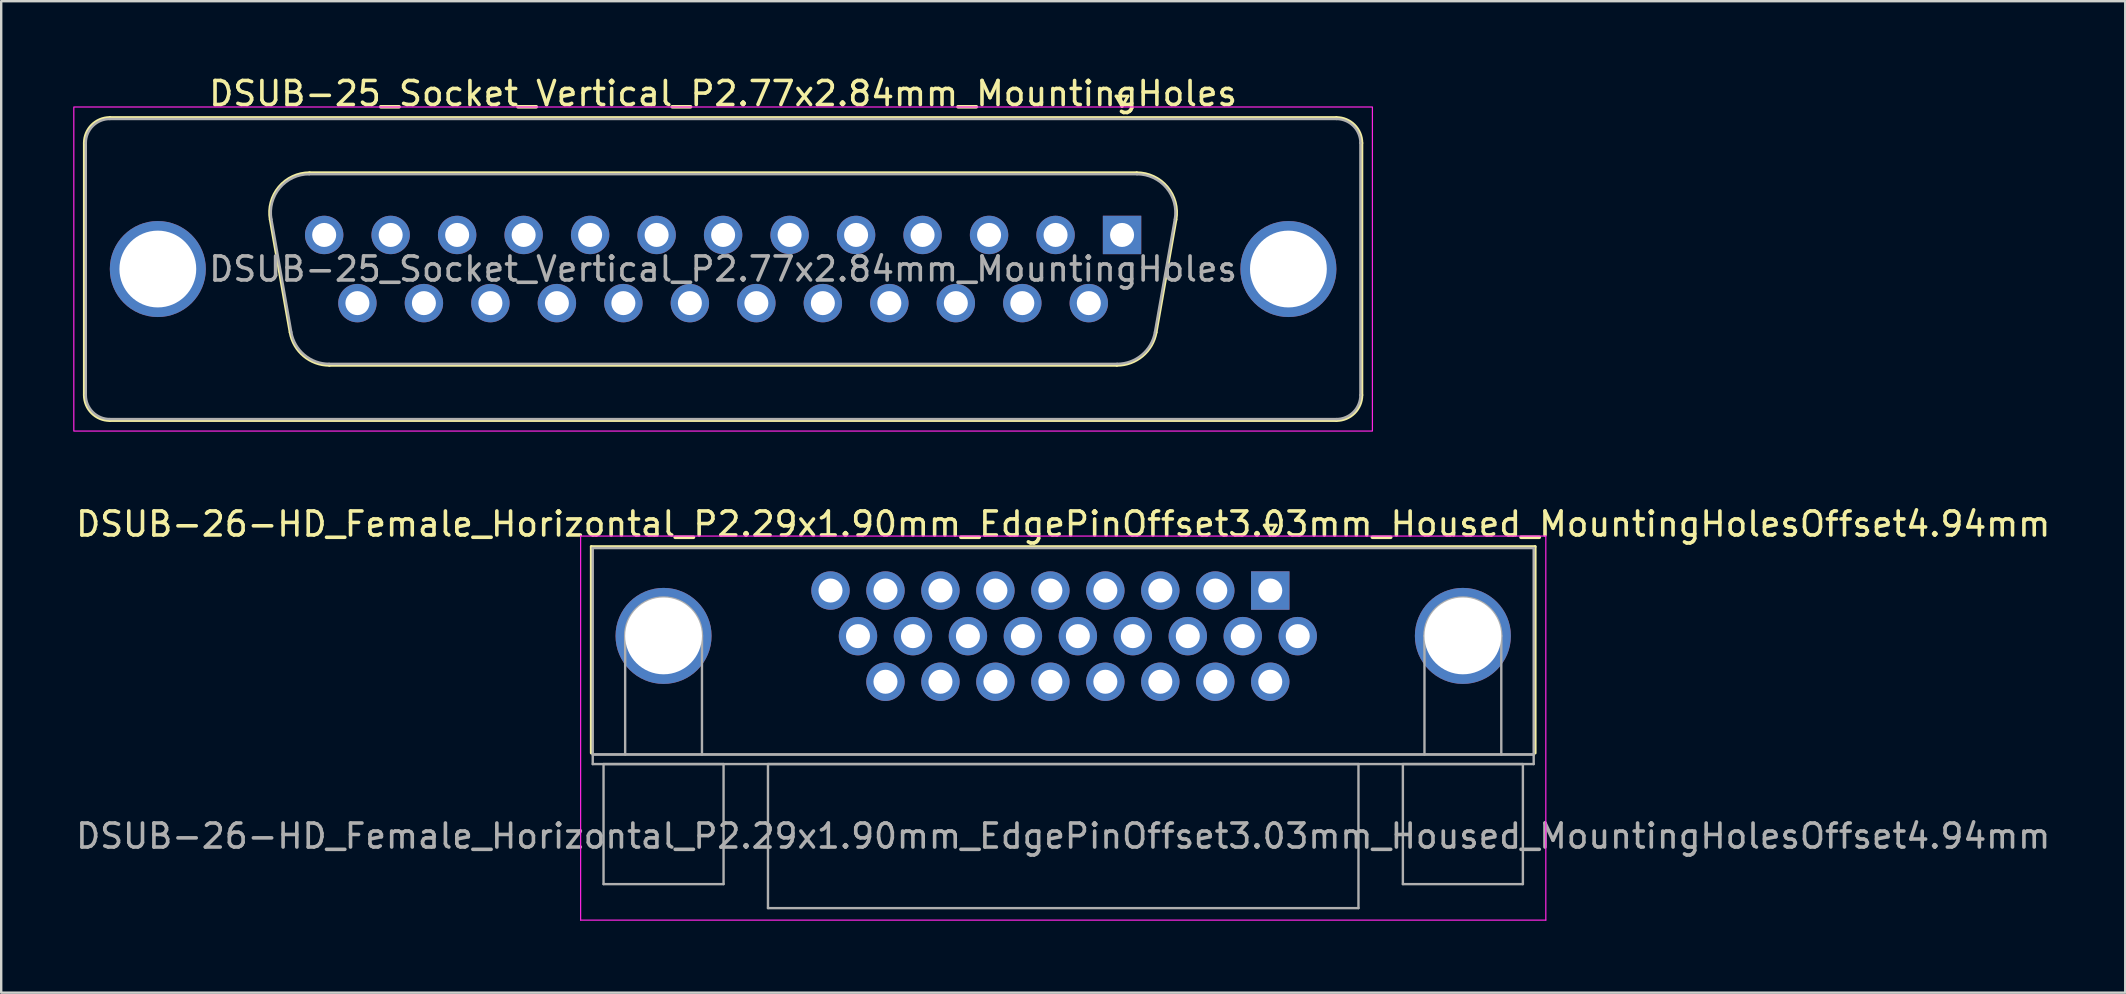
<source format=kicad_pcb>
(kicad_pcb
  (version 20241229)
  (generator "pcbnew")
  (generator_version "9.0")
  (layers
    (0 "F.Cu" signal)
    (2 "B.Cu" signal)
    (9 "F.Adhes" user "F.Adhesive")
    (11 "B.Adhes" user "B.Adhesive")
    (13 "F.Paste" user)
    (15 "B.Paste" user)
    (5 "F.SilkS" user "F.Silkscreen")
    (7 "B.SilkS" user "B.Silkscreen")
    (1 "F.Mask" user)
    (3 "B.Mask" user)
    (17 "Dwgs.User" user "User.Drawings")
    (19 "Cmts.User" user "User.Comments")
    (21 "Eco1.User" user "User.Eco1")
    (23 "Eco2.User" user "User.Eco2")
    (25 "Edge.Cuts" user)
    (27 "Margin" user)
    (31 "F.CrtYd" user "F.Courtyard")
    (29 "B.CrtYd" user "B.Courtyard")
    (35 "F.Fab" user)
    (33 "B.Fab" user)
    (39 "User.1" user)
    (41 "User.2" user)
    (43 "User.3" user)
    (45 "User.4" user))
  (footprint "DSUB-26-HD_Female_Horizontal_P2.29x1.90mm_EdgePinOffset3.03mm_Housed_MountingHolesOffset4.94mm"
    (layer "F.Cu")
    (at 49.869 21.552)
    (property "Reference" "DSUB-26-HD_Female_Horizontal_P2.29x1.90mm_EdgePinOffset3.03mm_Housed_MountingHolesOffset4.94mm" (at -8.625 -2.77 0) (layer "F.SilkS") (effects (font (size 1 1) (thickness 0.15))))
    (attr through_hole)
    (fp_line (start -28.285 -1.83) (end 11.035 -1.83) (stroke (width 0.12) (type solid)) (layer "F.SilkS"))
    (fp_line (start -28.285 6.77) (end -28.285 -1.83) (stroke (width 0.12) (type solid)) (layer "F.SilkS"))
    (fp_line (start -0.25 -2.724) (end 0.25 -2.724) (stroke (width 0.12) (type solid)) (layer "F.SilkS"))
    (fp_line (start 0 -2.291) (end -0.25 -2.724) (stroke (width 0.12) (type solid)) (layer "F.SilkS"))
    (fp_line (start 0.25 -2.724) (end 0 -2.291) (stroke (width 0.12) (type solid)) (layer "F.SilkS"))
    (fp_line (start 11.035 -1.83) (end 11.035 6.77) (stroke (width 0.12) (type solid)) (layer "F.SilkS"))
    (fp_line (start -28.73 -2.27) (end -28.73 13.73) (stroke (width 0.05) (type solid)) (layer "F.CrtYd"))
    (fp_line (start -28.73 13.73) (end 11.48 13.73) (stroke (width 0.05) (type solid)) (layer "F.CrtYd"))
    (fp_line (start 11.48 -2.27) (end -28.73 -2.27) (stroke (width 0.05) (type solid)) (layer "F.CrtYd"))
    (fp_line (start 11.48 13.73) (end 11.48 -2.27) (stroke (width 0.05) (type solid)) (layer "F.CrtYd"))
    (fp_line (start -28.225 -1.77) (end -28.225 6.83) (stroke (width 0.1) (type solid)) (layer "F.Fab"))
    (fp_line (start -28.225 6.83) (end -28.225 7.23) (stroke (width 0.1) (type solid)) (layer "F.Fab"))
    (fp_line (start -28.225 6.83) (end 10.975 6.83) (stroke (width 0.1) (type solid)) (layer "F.Fab"))
    (fp_line (start -28.225 7.23) (end 10.975 7.23) (stroke (width 0.1) (type solid)) (layer "F.Fab"))
    (fp_line (start -27.775 7.23) (end -27.775 12.23) (stroke (width 0.1) (type solid)) (layer "F.Fab"))
    (fp_line (start -27.775 12.23) (end -22.775 12.23) (stroke (width 0.1) (type solid)) (layer "F.Fab"))
    (fp_line (start -26.875 6.83) (end -26.875 1.89) (stroke (width 0.1) (type solid)) (layer "F.Fab"))
    (fp_line (start -23.675 6.83) (end -23.675 1.89) (stroke (width 0.1) (type solid)) (layer "F.Fab"))
    (fp_line (start -22.775 7.23) (end -27.775 7.23) (stroke (width 0.1) (type solid)) (layer "F.Fab"))
    (fp_line (start -22.775 12.23) (end -22.775 7.23) (stroke (width 0.1) (type solid)) (layer "F.Fab"))
    (fp_line (start -20.925 7.23) (end -20.925 13.23) (stroke (width 0.1) (type solid)) (layer "F.Fab"))
    (fp_line (start -20.925 13.23) (end 3.675 13.23) (stroke (width 0.1) (type solid)) (layer "F.Fab"))
    (fp_line (start 3.675 7.23) (end -20.925 7.23) (stroke (width 0.1) (type solid)) (layer "F.Fab"))
    (fp_line (start 3.675 13.23) (end 3.675 7.23) (stroke (width 0.1) (type solid)) (layer "F.Fab"))
    (fp_line (start 5.525 7.23) (end 5.525 12.23) (stroke (width 0.1) (type solid)) (layer "F.Fab"))
    (fp_line (start 5.525 12.23) (end 10.525 12.23) (stroke (width 0.1) (type solid)) (layer "F.Fab"))
    (fp_line (start 6.425 6.83) (end 6.425 1.89) (stroke (width 0.1) (type solid)) (layer "F.Fab"))
    (fp_line (start 9.625 6.83) (end 9.625 1.89) (stroke (width 0.1) (type solid)) (layer "F.Fab"))
    (fp_line (start 10.525 7.23) (end 5.525 7.23) (stroke (width 0.1) (type solid)) (layer "F.Fab"))
    (fp_line (start 10.525 12.23) (end 10.525 7.23) (stroke (width 0.1) (type solid)) (layer "F.Fab"))
    (fp_line (start 10.975 -1.77) (end -28.225 -1.77) (stroke (width 0.1) (type solid)) (layer "F.Fab"))
    (fp_line (start 10.975 6.83) (end -28.225 6.83) (stroke (width 0.1) (type solid)) (layer "F.Fab"))
    (fp_line (start 10.975 6.83) (end 10.975 -1.77) (stroke (width 0.1) (type solid)) (layer "F.Fab"))
    (fp_line (start 10.975 7.23) (end 10.975 6.83) (stroke (width 0.1) (type solid)) (layer "F.Fab"))
    (fp_arc (start -26.875 1.89) (mid -25.275 0.29) (end -23.675 1.89) (stroke (width 0.1) (type solid)) (layer "F.Fab"))
    (fp_arc (start 6.425 1.89) (mid 8.025 0.29) (end 9.625 1.89) (stroke (width 0.1) (type solid)) (layer "F.Fab"))
    (fp_text user "${REFERENCE}" (at -8.625 10.23 0) (layer "F.Fab") (effects (font (size 1 1) (thickness 0.15))))
    (pad "0" thru_hole circle (at -25.275 1.89) (size 4 4) (drill 3.2) (layers "*.Cu" "*.Mask"))
    (pad "0" thru_hole circle (at 8.025 1.89) (size 4 4) (drill 3.2) (layers "*.Cu" "*.Mask"))
    (pad "1" thru_hole rect (at 0 0) (size 1.6 1.6) (drill 1) (layers "*.Cu" "*.Mask"))
    (pad "2" thru_hole circle (at -2.29 0) (size 1.6 1.6) (drill 1) (layers "*.Cu" "*.Mask"))
    (pad "3" thru_hole circle (at -4.58 0) (size 1.6 1.6) (drill 1) (layers "*.Cu" "*.Mask"))
    (pad "4" thru_hole circle (at -6.87 0) (size 1.6 1.6) (drill 1) (layers "*.Cu" "*.Mask"))
    (pad "5" thru_hole circle (at -9.16 0) (size 1.6 1.6) (drill 1) (layers "*.Cu" "*.Mask"))
    (pad "6" thru_hole circle (at -11.45 0) (size 1.6 1.6) (drill 1) (layers "*.Cu" "*.Mask"))
    (pad "7" thru_hole circle (at -13.74 0) (size 1.6 1.6) (drill 1) (layers "*.Cu" "*.Mask"))
    (pad "8" thru_hole circle (at -16.03 0) (size 1.6 1.6) (drill 1) (layers "*.Cu" "*.Mask"))
    (pad "9" thru_hole circle (at -18.32 0) (size 1.6 1.6) (drill 1) (layers "*.Cu" "*.Mask"))
    (pad "10" thru_hole circle (at 1.145 1.9) (size 1.6 1.6) (drill 1) (layers "*.Cu" "*.Mask"))
    (pad "11" thru_hole circle (at -1.145 1.9) (size 1.6 1.6) (drill 1) (layers "*.Cu" "*.Mask"))
    (pad "12" thru_hole circle (at -3.435 1.9) (size 1.6 1.6) (drill 1) (layers "*.Cu" "*.Mask"))
    (pad "13" thru_hole circle (at -5.725 1.9) (size 1.6 1.6) (drill 1) (layers "*.Cu" "*.Mask"))
    (pad "14" thru_hole circle (at -8.015 1.9) (size 1.6 1.6) (drill 1) (layers "*.Cu" "*.Mask"))
    (pad "15" thru_hole circle (at -10.305 1.9) (size 1.6 1.6) (drill 1) (layers "*.Cu" "*.Mask"))
    (pad "16" thru_hole circle (at -12.595 1.9) (size 1.6 1.6) (drill 1) (layers "*.Cu" "*.Mask"))
    (pad "17" thru_hole circle (at -14.885 1.9) (size 1.6 1.6) (drill 1) (layers "*.Cu" "*.Mask"))
    (pad "18" thru_hole circle (at -17.175 1.9) (size 1.6 1.6) (drill 1) (layers "*.Cu" "*.Mask"))
    (pad "19" thru_hole circle (at 0 3.8) (size 1.6 1.6) (drill 1) (layers "*.Cu" "*.Mask"))
    (pad "20" thru_hole circle (at -2.29 3.8) (size 1.6 1.6) (drill 1) (layers "*.Cu" "*.Mask"))
    (pad "21" thru_hole circle (at -4.58 3.8) (size 1.6 1.6) (drill 1) (layers "*.Cu" "*.Mask"))
    (pad "22" thru_hole circle (at -6.87 3.8) (size 1.6 1.6) (drill 1) (layers "*.Cu" "*.Mask"))
    (pad "23" thru_hole circle (at -9.16 3.8) (size 1.6 1.6) (drill 1) (layers "*.Cu" "*.Mask"))
    (pad "24" thru_hole circle (at -11.45 3.8) (size 1.6 1.6) (drill 1) (layers "*.Cu" "*.Mask"))
    (pad "25" thru_hole circle (at -13.74 3.8) (size 1.6 1.6) (drill 1) (layers "*.Cu" "*.Mask"))
    (pad "26" thru_hole circle (at -16.03 3.8) (size 1.6 1.6) (drill 1) (layers "*.Cu" "*.Mask")))
  (footprint "DSUB-25_Socket_Vertical_P2.77x2.84mm_MountingHoles"
    (layer "F.Cu")
    (at 43.695 6.738)
    (property "Reference" "DSUB-25_Socket_Vertical_P2.77x2.84mm_MountingHoles" (at -16.62 -5.89 0) (layer "F.SilkS") (effects (font (size 1 1) (thickness 0.15))))
    (attr through_hole)
    (fp_line (start -43.23 6.67) (end -43.23 -3.83) (stroke (width 0.12) (type solid)) (layer "F.SilkS"))
    (fp_line (start -42.17 -4.89) (end 8.93 -4.89) (stroke (width 0.12) (type solid)) (layer "F.SilkS"))
    (fp_line (start -34.658 4.058) (end -35.486 -0.642) (stroke (width 0.12) (type solid)) (layer "F.SilkS"))
    (fp_line (start -33.852 -2.59) (end 0.612 -2.59) (stroke (width 0.12) (type solid)) (layer "F.SilkS"))
    (fp_line (start -0.25 -5.784) (end 0.25 -5.784) (stroke (width 0.12) (type solid)) (layer "F.SilkS"))
    (fp_line (start -0.217 5.43) (end -33.023 5.43) (stroke (width 0.12) (type solid)) (layer "F.SilkS"))
    (fp_line (start 0 -5.351) (end -0.25 -5.784) (stroke (width 0.12) (type solid)) (layer "F.SilkS"))
    (fp_line (start 0.25 -5.784) (end 0 -5.351) (stroke (width 0.12) (type solid)) (layer "F.SilkS"))
    (fp_line (start 2.246 -0.642) (end 1.418 4.058) (stroke (width 0.12) (type solid)) (layer "F.SilkS"))
    (fp_line (start 8.93 7.73) (end -42.17 7.73) (stroke (width 0.12) (type solid)) (layer "F.SilkS"))
    (fp_line (start 9.99 -3.83) (end 9.99 6.67) (stroke (width 0.12) (type solid)) (layer "F.SilkS"))
    (fp_arc (start -43.23 -3.83) (mid -42.919533 -4.579533) (end -42.17 -4.89) (stroke (width 0.12) (type solid)) (layer "F.SilkS"))
    (fp_arc (start -42.17 7.73) (mid -42.919533 7.419533) (end -43.23 6.67) (stroke (width 0.12) (type solid)) (layer "F.SilkS"))
    (fp_arc (start -35.48647 -0.641744) (mid -35.123323 -1.997027) (end -33.851689 -2.59) (stroke (width 0.12) (type solid)) (layer "F.SilkS"))
    (fp_arc (start -33.022952 5.43) (mid -34.08998 5.041634) (end -34.657733 4.058256) (stroke (width 0.12) (type solid)) (layer "F.SilkS"))
    (fp_arc (start 0.611689 -2.59) (mid 1.883323 -1.997027) (end 2.24647 -0.641744) (stroke (width 0.12) (type solid)) (layer "F.SilkS"))
    (fp_arc (start 1.417733 4.058256) (mid 0.84998 5.041634) (end -0.217048 5.43) (stroke (width 0.12) (type solid)) (layer "F.SilkS"))
    (fp_arc (start 8.93 -4.89) (mid 9.679533 -4.579533) (end 9.99 -3.83) (stroke (width 0.12) (type solid)) (layer "F.SilkS"))
    (fp_arc (start 9.99 6.67) (mid 9.679533 7.419533) (end 8.93 7.73) (stroke (width 0.12) (type solid)) (layer "F.SilkS"))
    (fp_rect (start -43.67 -5.33) (end 10.43 8.17) (stroke (width 0.05) (type solid)) (fill no) (layer "F.CrtYd"))
    (fp_line (start -43.17 6.67) (end -43.17 -3.83) (stroke (width 0.1) (type solid)) (layer "F.Fab"))
    (fp_line (start -42.17 -4.83) (end 8.93 -4.83) (stroke (width 0.1) (type solid)) (layer "F.Fab"))
    (fp_line (start -34.61 4.048) (end -35.439 -0.652) (stroke (width 0.1) (type solid)) (layer "F.Fab"))
    (fp_line (start -33.863 -2.53) (end 0.623 -2.53) (stroke (width 0.1) (type solid)) (layer "F.Fab"))
    (fp_line (start -0.206 5.37) (end -33.034 5.37) (stroke (width 0.1) (type solid)) (layer "F.Fab"))
    (fp_line (start 2.199 -0.652) (end 1.37 4.048) (stroke (width 0.1) (type solid)) (layer "F.Fab"))
    (fp_line (start 8.93 7.67) (end -42.17 7.67) (stroke (width 0.1) (type solid)) (layer "F.Fab"))
    (fp_line (start 9.93 -3.83) (end 9.93 6.67) (stroke (width 0.1) (type solid)) (layer "F.Fab"))
    (fp_arc (start -43.17 -3.83) (mid -42.877107 -4.537107) (end -42.17 -4.83) (stroke (width 0.1) (type solid)) (layer "F.Fab"))
    (fp_arc (start -42.17 7.67) (mid -42.877107 7.377107) (end -43.17 6.67) (stroke (width 0.1) (type solid)) (layer "F.Fab"))
    (fp_arc (start -35.438887 -0.652163) (mid -35.088865 -1.95846) (end -33.863194 -2.53) (stroke (width 0.1) (type solid)) (layer "F.Fab"))
    (fp_arc (start -33.034457 5.37) (mid -34.062918 4.995671) (end -34.61015 4.047837) (stroke (width 0.1) (type solid)) (layer "F.Fab"))
    (fp_arc (start 0.623194 -2.53) (mid 1.848865 -1.95846) (end 2.198887 -0.652163) (stroke (width 0.1) (type solid)) (layer "F.Fab"))
    (fp_arc (start 1.37015 4.047837) (mid 0.822918 4.995671) (end -0.205543 5.37) (stroke (width 0.1) (type solid)) (layer "F.Fab"))
    (fp_arc (start 8.93 -4.83) (mid 9.637107 -4.537107) (end 9.93 -3.83) (stroke (width 0.1) (type solid)) (layer "F.Fab"))
    (fp_arc (start 9.93 6.67) (mid 9.637107 7.377107) (end 8.93 7.67) (stroke (width 0.1) (type solid)) (layer "F.Fab"))
    (fp_text user "${REFERENCE}" (at -16.62 1.42 0) (layer "F.Fab") (effects (font (size 1 1) (thickness 0.15))))
    (pad "1" thru_hole rect (at 0 0) (size 1.6 1.6) (drill 1) (layers "*.Cu" "*.Mask"))
    (pad "2" thru_hole circle (at -2.77 0) (size 1.6 1.6) (drill 1) (layers "*.Cu" "*.Mask"))
    (pad "3" thru_hole circle (at -5.54 0) (size 1.6 1.6) (drill 1) (layers "*.Cu" "*.Mask"))
    (pad "4" thru_hole circle (at -8.31 0) (size 1.6 1.6) (drill 1) (layers "*.Cu" "*.Mask"))
    (pad "5" thru_hole circle (at -11.08 0) (size 1.6 1.6) (drill 1) (layers "*.Cu" "*.Mask"))
    (pad "6" thru_hole circle (at -13.85 0) (size 1.6 1.6) (drill 1) (layers "*.Cu" "*.Mask"))
    (pad "7" thru_hole circle (at -16.62 0) (size 1.6 1.6) (drill 1) (layers "*.Cu" "*.Mask"))
    (pad "8" thru_hole circle (at -19.39 0) (size 1.6 1.6) (drill 1) (layers "*.Cu" "*.Mask"))
    (pad "9" thru_hole circle (at -22.16 0) (size 1.6 1.6) (drill 1) (layers "*.Cu" "*.Mask"))
    (pad "10" thru_hole circle (at -24.93 0) (size 1.6 1.6) (drill 1) (layers "*.Cu" "*.Mask"))
    (pad "11" thru_hole circle (at -27.7 0) (size 1.6 1.6) (drill 1) (layers "*.Cu" "*.Mask"))
    (pad "12" thru_hole circle (at -30.47 0) (size 1.6 1.6) (drill 1) (layers "*.Cu" "*.Mask"))
    (pad "13" thru_hole circle (at -33.24 0) (size 1.6 1.6) (drill 1) (layers "*.Cu" "*.Mask"))
    (pad "14" thru_hole circle (at -1.385 2.84) (size 1.6 1.6) (drill 1) (layers "*.Cu" "*.Mask"))
    (pad "15" thru_hole circle (at -4.155 2.84) (size 1.6 1.6) (drill 1) (layers "*.Cu" "*.Mask"))
    (pad "16" thru_hole circle (at -6.925 2.84) (size 1.6 1.6) (drill 1) (layers "*.Cu" "*.Mask"))
    (pad "17" thru_hole circle (at -9.695 2.84) (size 1.6 1.6) (drill 1) (layers "*.Cu" "*.Mask"))
    (pad "18" thru_hole circle (at -12.465 2.84) (size 1.6 1.6) (drill 1) (layers "*.Cu" "*.Mask"))
    (pad "19" thru_hole circle (at -15.235 2.84) (size 1.6 1.6) (drill 1) (layers "*.Cu" "*.Mask"))
    (pad "20" thru_hole circle (at -18.005 2.84) (size 1.6 1.6) (drill 1) (layers "*.Cu" "*.Mask"))
    (pad "21" thru_hole circle (at -20.775 2.84) (size 1.6 1.6) (drill 1) (layers "*.Cu" "*.Mask"))
    (pad "22" thru_hole circle (at -23.545 2.84) (size 1.6 1.6) (drill 1) (layers "*.Cu" "*.Mask"))
    (pad "23" thru_hole circle (at -26.315 2.84) (size 1.6 1.6) (drill 1) (layers "*.Cu" "*.Mask"))
    (pad "24" thru_hole circle (at -29.085 2.84) (size 1.6 1.6) (drill 1) (layers "*.Cu" "*.Mask"))
    (pad "25" thru_hole circle (at -31.855 2.84) (size 1.6 1.6) (drill 1) (layers "*.Cu" "*.Mask"))
    (pad "SH" thru_hole circle (at -40.17 1.42) (size 4 4) (drill 3.2) (layers "*.Cu" "*.Mask"))
    (pad "SH" thru_hole circle (at 6.93 1.42) (size 4 4) (drill 3.2) (layers "*.Cu" "*.Mask")))
  (gr_rect
    (start -3 -3)
    (end 85.488 38.306)
    (stroke (width 0.1) (type default))
    (fill no)
    (layer "Edge.Cuts")))
</source>
